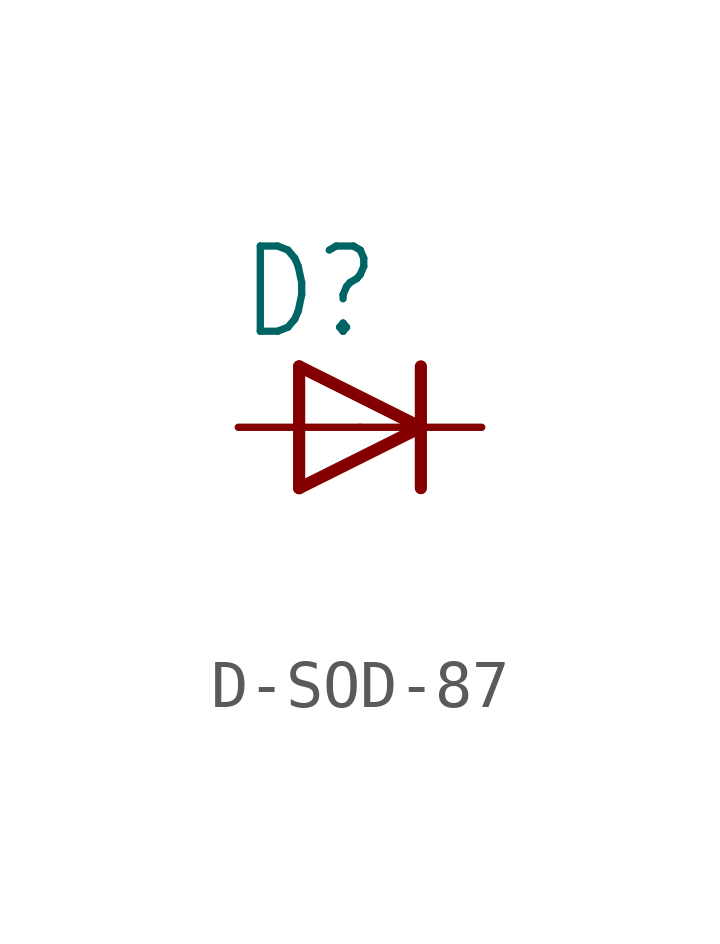
<source format=kicad_sym>
(kicad_symbol_lib
  (version 20220914)
  (generator kicad_symbol_editor)
  (symbol "D-SOD-87"
    (property "Reference" "D"
      (at -2.54 1.778 0)
      (effects (font (size 1.778 1.511)) (justify left bottom)))
    (property "Value" ""
      (at -2.54 -3.683 0)
      (effects (font (size 1.778 1.511)) (justify left bottom)))
    (property "ki_locked" ""
      (at 0 0 0)
      (effects (font (size 1.27 1.27))))
    (symbol "D-SOD-87_1_0"
      (polyline (pts (xy -1.27 -1.27) (xy 1.27 0)) (stroke (width 0.254) (type solid)) (fill (type none)))
      (polyline (pts (xy -1.27 1.27) (xy -1.27 -1.27)) (stroke (width 0.254) (type solid)) (fill (type none)))
      (polyline (pts (xy 1.27 0) (xy -1.27 1.27)) (stroke (width 0.254) (type solid)) (fill (type none)))
      (polyline (pts (xy 1.27 0) (xy 1.27 -1.27)) (stroke (width 0.254) (type solid)) (fill (type none)))
      (polyline (pts (xy 1.27 1.27) (xy 1.27 0)) (stroke (width 0.254) (type solid)) (fill (type none)))
      (pin passive line (at 2.54 0 180) (length 2.54) (name "C" (effects (font (size 0 0)))) (number "1" (effects (font (size 0 0)))))
      (pin passive line (at -2.54 0 0) (length 2.54) (name "A" (effects (font (size 0 0)))) (number "2" (effects (font (size 0 0))))))))
</source>
